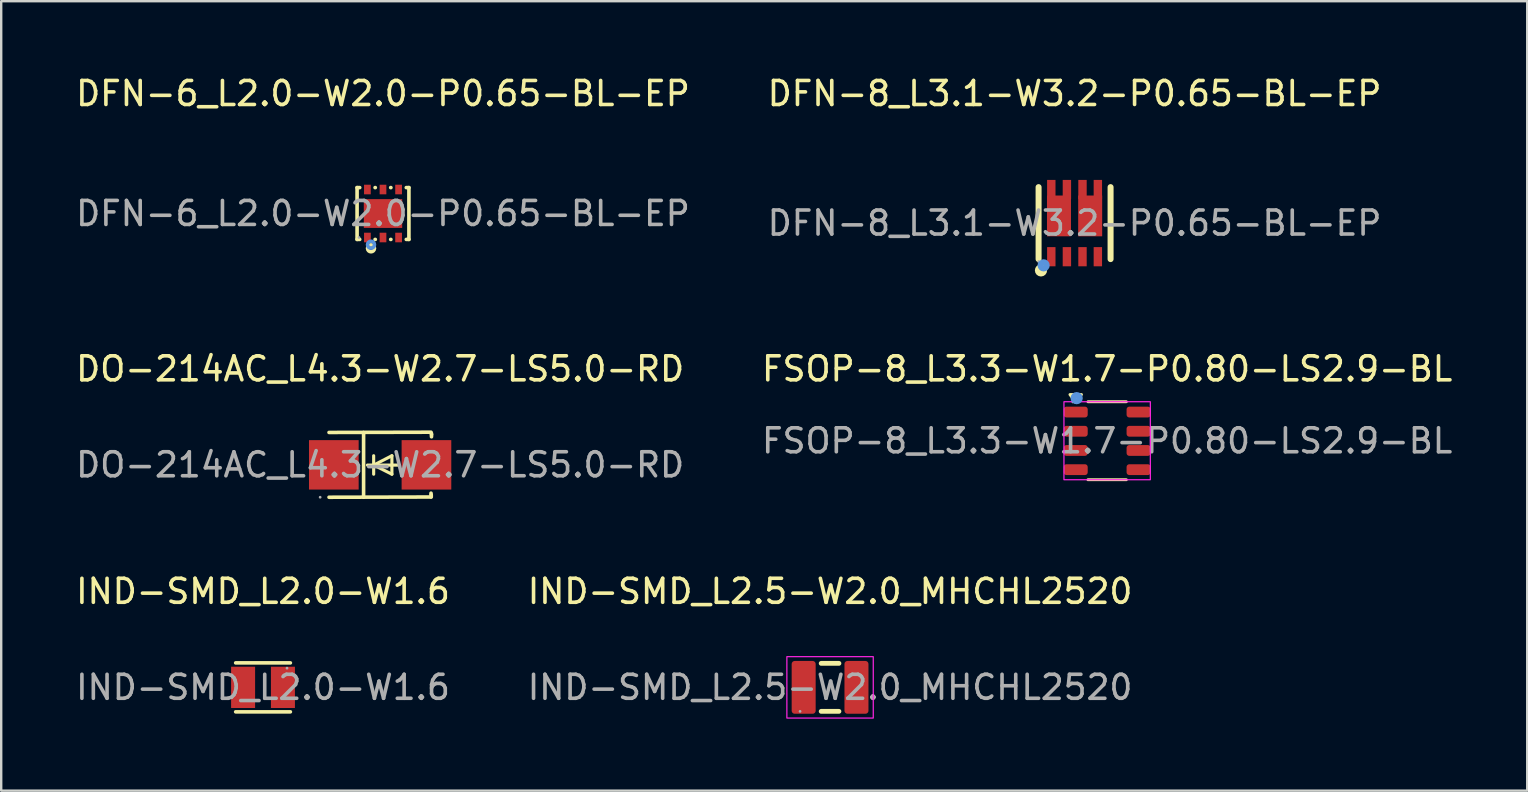
<source format=kicad_pcb>
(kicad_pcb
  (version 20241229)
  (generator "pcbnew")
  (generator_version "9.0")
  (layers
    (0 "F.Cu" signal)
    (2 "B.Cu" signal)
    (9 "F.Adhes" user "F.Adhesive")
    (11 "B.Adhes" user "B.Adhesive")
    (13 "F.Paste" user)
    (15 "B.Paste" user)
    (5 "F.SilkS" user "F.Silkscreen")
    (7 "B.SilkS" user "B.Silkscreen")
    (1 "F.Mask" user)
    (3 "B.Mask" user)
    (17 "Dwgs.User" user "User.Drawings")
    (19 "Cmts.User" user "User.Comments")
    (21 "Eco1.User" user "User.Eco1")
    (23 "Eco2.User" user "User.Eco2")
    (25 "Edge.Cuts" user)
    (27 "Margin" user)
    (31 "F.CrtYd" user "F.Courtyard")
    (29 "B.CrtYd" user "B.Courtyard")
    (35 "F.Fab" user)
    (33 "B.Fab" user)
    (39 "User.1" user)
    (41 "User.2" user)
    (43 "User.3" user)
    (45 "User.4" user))
  (footprint "IND-SMD_L2.5-W2.0_MHCHL2520"
    (layer "F.Cu")
    (at 31.542 25.595)
    (property "Reference" "IND-SMD_L2.5-W2.0_MHCHL2520" (at 0 -4 0) (layer "F.SilkS") (effects (font (size 1 1) (thickness 0.15))))
    (attr smd)
    (fp_line (start -0.37 -1) (end 0.37 -1) (stroke (width 0.2) (type solid)) (layer "F.SilkS"))
    (fp_line (start -0.37 1) (end 0.37 1) (stroke (width 0.2) (type solid)) (layer "F.SilkS"))
    (fp_rect (start -1.8 -1.28) (end 1.8 1.28) (stroke (width 0.05) (type default)) (fill no) (layer "F.CrtYd"))
    (fp_circle (center -1.25 1) (end -1.22 1) (stroke (width 0.06) (type solid)) (fill no) (layer "F.Fab"))
    (fp_text user "${REFERENCE}" (at 0 0 0) (layer "F.Fab") (effects (font (size 1 1) (thickness 0.15))))
    (pad "1" smd roundrect (at -1.1 0 90) (size 2.2 1) (layers "F.Cu" "F.Mask" "F.Paste") (roundrect_rratio 0.125))
    (pad "2" smd roundrect (at 1.1 0 90) (size 2.2 1) (layers "F.Cu" "F.Mask" "F.Paste") (roundrect_rratio 0.125)))
  (footprint "DO-214AC_L4.3-W2.7-LS5.0-RD"
    (layer "F.Cu")
    (at 12.792 16.322)
    (property "Reference" "DO-214AC_L4.3-W2.7-LS5.0-RD" (at 0 -4 0) (layer "F.SilkS") (effects (font (size 1 1) (thickness 0.15))))
    (attr smd)
    (fp_line (start -2.13 -1.35) (end 2.12 -1.36) (stroke (width 0.15) (type solid)) (layer "F.SilkS"))
    (fp_line (start -2.13 1.35) (end 2.11 1.34) (stroke (width 0.15) (type solid)) (layer "F.SilkS"))
    (fp_line (start -0.69 -1.35) (end -0.69 1.35) (stroke (width 0.15) (type solid)) (layer "F.SilkS"))
    (fp_line (start -0.27 0.01) (end -0.27 -0.38) (stroke (width 0.13) (type solid)) (layer "F.SilkS"))
    (fp_line (start -0.27 0.01) (end -0.27 0.39) (stroke (width 0.13) (type solid)) (layer "F.SilkS"))
    (fp_line (start 0.49 -0.38) (end -0.27 0.01) (stroke (width 0.13) (type solid)) (layer "F.SilkS"))
    (fp_line (start 0.49 0.01) (end 0.49 -0.38) (stroke (width 0.13) (type solid)) (layer "F.SilkS"))
    (fp_line (start 0.49 0.01) (end 0.49 0.39) (stroke (width 0.13) (type solid)) (layer "F.SilkS"))
    (fp_line (start 0.49 0.39) (end -0.27 0.01) (stroke (width 0.13) (type solid)) (layer "F.SilkS"))
    (fp_line (start 0.74 0.01) (end -0.53 0.01) (stroke (width 0.13) (type solid)) (layer "F.SilkS"))
    (fp_line (start 2.12 1.18) (end 2.12 1.23) (stroke (width 0.15) (type solid)) (layer "F.SilkS"))
    (fp_line (start 2.13 1.25) (end 2.13 1.34) (stroke (width 0.15) (type solid)) (layer "F.SilkS"))
    (fp_line (start 2.14 -1.31) (end 2.14 -1.26) (stroke (width 0.15) (type solid)) (layer "F.SilkS"))
    (fp_line (start 2.14 -1.26) (end 2.14 -1.17) (stroke (width 0.15) (type solid)) (layer "F.SilkS"))
    (fp_circle (center -2.5 1.35) (end -2.47 1.35) (stroke (width 0.06) (type solid)) (fill no) (layer "F.Fab"))
    (fp_text user "${REFERENCE}" (at 0 0 0) (layer "F.Fab") (effects (font (size 1 1) (thickness 0.15))))
    (pad "1" smd rect (at -1.93 0 180) (size 2.07 2.06) (layers "F.Cu" "F.Mask" "F.Paste"))
    (pad "2" smd rect (at 1.93 0 180) (size 2.07 2.06) (layers "F.Cu" "F.Mask" "F.Paste")))
  (footprint "DFN-8_L3.1-W3.2-P0.65-BL-EP"
    (layer "F.Cu")
    (at 41.732 6.248)
    (property "Reference" "DFN-8_L3.1-W3.2-P0.65-BL-EP" (at 0 -5.4 0) (layer "F.SilkS") (effects (font (size 1 1) (thickness 0.15))))
    (attr smd)
    (fp_line (start -1.5 1.5) (end -1.5 -1.5) (stroke (width 0.25) (type solid)) (layer "F.SilkS"))
    (fp_line (start 1.5 1.5) (end 1.5 -1.5) (stroke (width 0.25) (type solid)) (layer "F.SilkS"))
    (fp_circle (center -1.4 1.97) (end -1.27 1.97) (stroke (width 0.25) (type solid)) (fill no) (layer "F.SilkS"))
    (fp_circle (center -1.29 1.76) (end -1.16 1.76) (stroke (width 0.25) (type solid)) (fill no) (layer "Cmts.User"))
    (fp_circle (center -1.5 1.6) (end -1.47 1.6) (stroke (width 0.06) (type solid)) (fill no) (layer "F.Fab"))
    (fp_text user "${REFERENCE}" (at 0 0 0) (layer "F.Fab") (effects (font (size 1 1) (thickness 0.15))))
    (pad "1" smd rect (at -0.97 1.4 90) (size 0.8 0.35) (layers "F.Cu" "F.Mask" "F.Paste"))
    (pad "2" smd rect (at -0.32 1.4 90) (size 0.8 0.35) (layers "F.Cu" "F.Mask" "F.Paste"))
    (pad "3" smd rect (at 0.33 1.4 90) (size 0.8 0.35) (layers "F.Cu" "F.Mask" "F.Paste"))
    (pad "4" smd rect (at 0.97 1.4 90) (size 0.8 0.35) (layers "F.Cu" "F.Mask" "F.Paste"))
    (pad "5" smd rect (at 0.97 -1.4 90) (size 0.8 0.35) (layers "F.Cu" "F.Mask" "F.Paste"))
    (pad "6" smd rect (at 0.33 -1.4 90) (size 0.8 0.35) (layers "F.Cu" "F.Mask" "F.Paste"))
    (pad "6" smd rect (at 0.65 -0.3 90) (size 1.7 1) (layers "F.Cu" "F.Mask" "F.Paste"))
    (pad "7" smd rect (at -0.32 -1.4 90) (size 0.8 0.35) (layers "F.Cu" "F.Mask" "F.Paste"))
    (pad "8" smd rect (at -0.97 -1.4 90) (size 0.8 0.35) (layers "F.Cu" "F.Mask" "F.Paste"))
    (pad "8" smd rect (at -0.65 -0.3 90) (size 1.7 1) (layers "F.Cu" "F.Mask" "F.Paste")))
  (footprint "DFN-6_L2.0-W2.0-P0.65-BL-EP"
    (layer "F.Cu")
    (at 12.911 5.848)
    (property "Reference" "DFN-6_L2.0-W2.0-P0.65-BL-EP" (at 0 -5 0) (layer "F.SilkS") (effects (font (size 1 1) (thickness 0.15))))
    (attr smd)
    (fp_line (start -1.08 -1.08) (end -0.97 -1.08) (stroke (width 0.15) (type solid)) (layer "F.SilkS"))
    (fp_line (start -1.08 1.08) (end -1.08 -1.08) (stroke (width 0.15) (type solid)) (layer "F.SilkS"))
    (fp_line (start -1.08 1.08) (end -0.97 1.08) (stroke (width 0.15) (type solid)) (layer "F.SilkS"))
    (fp_line (start -0.33 -1.08) (end -0.32 -1.08) (stroke (width 0.15) (type solid)) (layer "F.SilkS"))
    (fp_line (start -0.33 1.08) (end -0.32 1.08) (stroke (width 0.15) (type solid)) (layer "F.SilkS"))
    (fp_line (start 0.32 -1.08) (end 0.33 -1.08) (stroke (width 0.15) (type solid)) (layer "F.SilkS"))
    (fp_line (start 0.32 1.08) (end 0.33 1.08) (stroke (width 0.15) (type solid)) (layer "F.SilkS"))
    (fp_line (start 0.97 -1.08) (end 1.08 -1.08) (stroke (width 0.15) (type solid)) (layer "F.SilkS"))
    (fp_line (start 0.97 1.08) (end 1.08 1.08) (stroke (width 0.15) (type solid)) (layer "F.SilkS"))
    (fp_line (start 1.08 1.08) (end 1.08 -1.08) (stroke (width 0.15) (type solid)) (layer "F.SilkS"))
    (fp_circle (center -0.5 1.45) (end -0.43 1.45) (stroke (width 0.15) (type solid)) (fill no) (layer "F.SilkS"))
    (fp_circle (center -0.5 1.3) (end -0.43 1.3) (stroke (width 0.15) (type solid)) (fill no) (layer "Cmts.User"))
    (fp_circle (center -1 1) (end -0.97 1) (stroke (width 0.06) (type solid)) (fill no) (layer "F.Fab"))
    (fp_text user "${REFERENCE}" (at 0 0 0) (layer "F.Fab") (effects (font (size 1 1) (thickness 0.15))))
    (pad "1" smd rect (at -0.65 1) (size 0.28 0.4) (layers "F.Cu" "F.Mask" "F.Paste"))
    (pad "2" smd rect (at 0 1) (size 0.28 0.4) (layers "F.Cu" "F.Mask" "F.Paste"))
    (pad "3" smd rect (at 0.65 1) (size 0.28 0.4) (layers "F.Cu" "F.Mask" "F.Paste"))
    (pad "4" smd rect (at 0.65 -1) (size 0.28 0.4) (layers "F.Cu" "F.Mask" "F.Paste"))
    (pad "5" smd rect (at 0 -1) (size 0.28 0.4) (layers "F.Cu" "F.Mask" "F.Paste"))
    (pad "6" smd rect (at -0.65 -1) (size 0.28 0.4) (layers "F.Cu" "F.Mask" "F.Paste"))
    (pad "7" smd rect (at 0 0) (size 1.6 1.2) (layers "F.Cu" "F.Mask" "F.Paste")))
  (footprint "FSOP-8_L3.3-W1.7-P0.80-LS2.9-BL"
    (layer "F.Cu")
    (at 43.089 15.322)
    (property "Reference" "FSOP-8_L3.3-W1.7-P0.80-LS2.9-BL" (at 0 -3 0) (layer "F.SilkS") (effects (font (size 1 1) (thickness 0.15))))
    (attr smd)
    (fp_line (start 0.8 -1.63) (end -0.8 -1.63) (stroke (width 0.12) (type solid)) (layer "F.SilkS"))
    (fp_line (start 0.8 1.62) (end -0.8 1.62) (stroke (width 0.12) (type solid)) (layer "F.SilkS"))
    (fp_poly (pts (xy -1.31 -1.6) (xy -1.55 -1.93) (xy -1.07 -1.93) (xy -1.31 -1.6)) (stroke (width 0.12) (type solid)) (fill yes) (layer "F.SilkS"))
    (fp_circle (center -1.27 -1.78) (end -1.27 -1.65) (stroke (width 0.25) (type solid)) (fill no) (layer "Cmts.User"))
    (fp_rect (start -1.8 -1.63) (end 1.8 1.62) (stroke (width 0.05) (type default)) (fill no) (layer "F.CrtYd"))
    (fp_circle (center -1.43 -1.62) (end -1.43 -1.59) (stroke (width 0.06) (type solid)) (fill no) (layer "F.Fab"))
    (fp_text user "${REFERENCE}" (at 0 0 0) (layer "F.Fab") (effects (font (size 1 1) (thickness 0.15))))
    (pad "1" smd roundrect (at -1.31 -1.2 90) (size 0.45 1) (layers "F.Cu" "F.Mask" "F.Paste") (roundrect_rratio 0.25))
    (pad "2" smd roundrect (at -1.31 -0.4 90) (size 0.45 1) (layers "F.Cu" "F.Mask" "F.Paste") (roundrect_rratio 0.25))
    (pad "3" smd roundrect (at -1.31 0.4 90) (size 0.45 1) (layers "F.Cu" "F.Mask" "F.Paste") (roundrect_rratio 0.25))
    (pad "4" smd roundrect (at -1.31 1.2 90) (size 0.45 1) (layers "F.Cu" "F.Mask" "F.Paste") (roundrect_rratio 0.25))
    (pad "5" smd roundrect (at 1.31 1.2 90) (size 0.45 1) (layers "F.Cu" "F.Mask" "F.Paste") (roundrect_rratio 0.25))
    (pad "6" smd roundrect (at 1.31 0.4 90) (size 0.45 1) (layers "F.Cu" "F.Mask" "F.Paste") (roundrect_rratio 0.25))
    (pad "7" smd roundrect (at 1.31 -0.4 90) (size 0.45 1) (layers "F.Cu" "F.Mask" "F.Paste") (roundrect_rratio 0.25))
    (pad "8" smd roundrect (at 1.31 -1.2 90) (size 0.45 1) (layers "F.Cu" "F.Mask" "F.Paste") (roundrect_rratio 0.25)))
  (footprint "IND-SMD_L2.0-W1.6"
    (layer "F.Cu")
    (at 7.911 25.595)
    (property "Reference" "IND-SMD_L2.0-W1.6" (at 0 -4 0) (layer "F.SilkS") (effects (font (size 1 1) (thickness 0.15))))
    (attr through_hole)
    (fp_line (start -1.14 -1.02) (end 1.14 -1.02) (stroke (width 0.15) (type solid)) (layer "F.SilkS"))
    (fp_line (start 1.14 1.02) (end -1.14 1.02) (stroke (width 0.15) (type solid)) (layer "F.SilkS"))
    (fp_circle (center 1 -0.8) (end 1.03 -0.8) (stroke (width 0.06) (type solid)) (fill no) (layer "F.Fab"))
    (fp_text user "${REFERENCE}" (at 0 0 0) (layer "F.Fab") (effects (font (size 1 1) (thickness 0.15))))
    (pad "1" smd rect (at 0.83 0) (size 1 1.72) (layers "F.Cu" "F.Mask" "F.Paste"))
    (pad "2" smd rect (at -0.83 0) (size 1 1.72) (layers "F.Cu" "F.Mask" "F.Paste")))
  (gr_rect
    (start -3 -3)
    (end 60.595 29.9)
    (stroke (width 0.1) (type default))
    (fill no)
    (layer "Edge.Cuts")))
</source>
